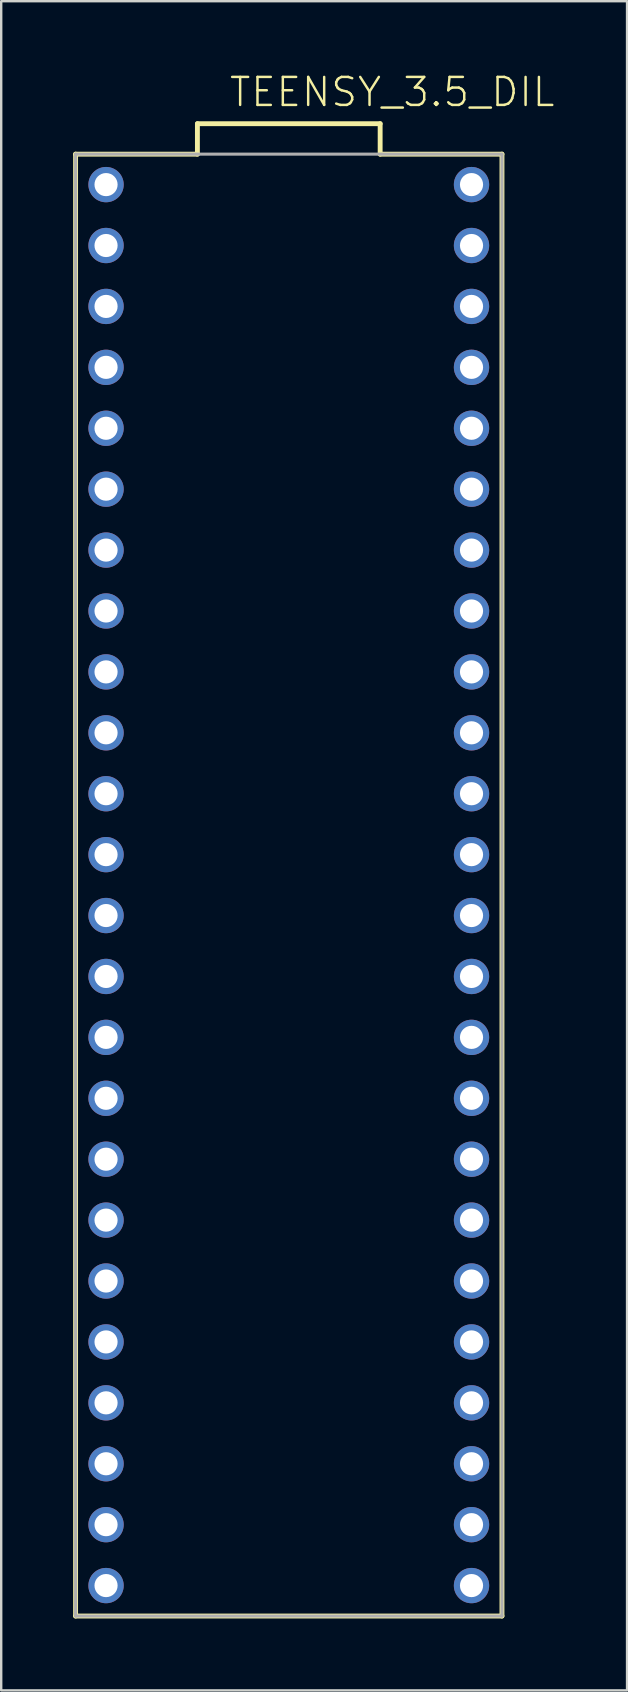
<source format=kicad_pcb>
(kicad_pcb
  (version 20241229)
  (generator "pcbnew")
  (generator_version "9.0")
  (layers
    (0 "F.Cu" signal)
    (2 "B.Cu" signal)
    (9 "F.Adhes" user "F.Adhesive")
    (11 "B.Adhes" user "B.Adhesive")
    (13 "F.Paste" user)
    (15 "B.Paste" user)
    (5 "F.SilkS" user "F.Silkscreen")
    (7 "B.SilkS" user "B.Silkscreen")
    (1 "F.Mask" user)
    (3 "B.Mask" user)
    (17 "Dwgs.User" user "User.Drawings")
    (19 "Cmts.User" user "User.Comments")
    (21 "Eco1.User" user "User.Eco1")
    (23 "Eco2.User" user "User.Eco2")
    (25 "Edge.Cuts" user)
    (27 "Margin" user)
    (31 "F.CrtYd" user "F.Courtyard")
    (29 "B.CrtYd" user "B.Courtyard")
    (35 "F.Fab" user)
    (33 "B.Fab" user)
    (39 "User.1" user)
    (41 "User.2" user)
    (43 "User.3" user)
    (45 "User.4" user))
  (footprint "TEENSY_3.5_DIL"
    (layer "F.Cu")
    (at 8.992 33.858)
    (property "Reference" "TEENSY_3.5_DIL" (at -2.54 -32.385 0) (layer "F.SilkS") (effects (font (size 1.168 1.168) (thickness 0.102)) (justify left bottom)))
    (fp_line (start -8.89 -30.48) (end -3.81 -30.48) (stroke (width 0.203) (type solid)) (layer "F.SilkS"))
    (fp_line (start -8.89 30.48) (end -8.89 -30.48) (stroke (width 0.203) (type solid)) (layer "F.SilkS"))
    (fp_line (start -3.81 -31.75) (end 3.81 -31.75) (stroke (width 0.203) (type solid)) (layer "F.SilkS"))
    (fp_line (start -3.81 -30.48) (end -3.81 -31.75) (stroke (width 0.203) (type solid)) (layer "F.SilkS"))
    (fp_line (start 3.81 -31.75) (end 3.81 -30.48) (stroke (width 0.203) (type solid)) (layer "F.SilkS"))
    (fp_line (start 3.81 -30.48) (end 8.89 -30.48) (stroke (width 0.203) (type solid)) (layer "F.SilkS"))
    (fp_line (start 8.89 -30.48) (end 8.89 30.48) (stroke (width 0.203) (type solid)) (layer "F.SilkS"))
    (fp_line (start 8.89 30.48) (end -8.89 30.48) (stroke (width 0.203) (type solid)) (layer "F.SilkS"))
    (fp_line (start -8.89 -30.48) (end 8.89 -30.48) (stroke (width 0.127) (type solid)) (layer "F.Fab"))
    (fp_line (start -8.89 30.48) (end -8.89 -30.48) (stroke (width 0.127) (type solid)) (layer "F.Fab"))
    (fp_line (start 8.89 -30.48) (end 8.89 30.48) (stroke (width 0.127) (type solid)) (layer "F.Fab"))
    (fp_line (start 8.89 30.48) (end -8.89 30.48) (stroke (width 0.127) (type solid)) (layer "F.Fab"))
    (pad "0" thru_hole circle (at -7.62 -26.67) (size 1.473 1.473) (drill 0.965) (layers "*.Cu" "*.Mask"))
    (pad "1" thru_hole circle (at -7.62 -24.13) (size 1.473 1.473) (drill 0.965) (layers "*.Cu" "*.Mask"))
    (pad "2" thru_hole circle (at -7.62 -21.59) (size 1.473 1.473) (drill 0.965) (layers "*.Cu" "*.Mask"))
    (pad "3" thru_hole circle (at -7.62 -19.05) (size 1.473 1.473) (drill 0.965) (layers "*.Cu" "*.Mask"))
    (pad "3.3V" thru_hole circle (at 7.62 -24.13) (size 1.473 1.473) (drill 0.965) (layers "*.Cu" "*.Mask"))
    (pad "3.3V3" thru_hole circle (at -7.62 6.35) (size 1.473 1.473) (drill 0.965) (layers "*.Cu" "*.Mask"))
    (pad "4" thru_hole circle (at -7.62 -16.51) (size 1.473 1.473) (drill 0.965) (layers "*.Cu" "*.Mask"))
    (pad "5" thru_hole circle (at -7.62 -13.97) (size 1.473 1.473) (drill 0.965) (layers "*.Cu" "*.Mask"))
    (pad "6" thru_hole circle (at -7.62 -11.43) (size 1.473 1.473) (drill 0.965) (layers "*.Cu" "*.Mask"))
    (pad "7" thru_hole circle (at -7.62 -8.89) (size 1.473 1.473) (drill 0.965) (layers "*.Cu" "*.Mask"))
    (pad "8" thru_hole circle (at -7.62 -6.35) (size 1.473 1.473) (drill 0.965) (layers "*.Cu" "*.Mask"))
    (pad "9" thru_hole circle (at -7.62 -3.81) (size 1.473 1.473) (drill 0.965) (layers "*.Cu" "*.Mask"))
    (pad "10" thru_hole circle (at -7.62 -1.27) (size 1.473 1.473) (drill 0.965) (layers "*.Cu" "*.Mask"))
    (pad "11" thru_hole circle (at -7.62 1.27) (size 1.473 1.473) (drill 0.965) (layers "*.Cu" "*.Mask"))
    (pad "12" thru_hole circle (at -7.62 3.81) (size 1.473 1.473) (drill 0.965) (layers "*.Cu" "*.Mask"))
    (pad "13" thru_hole circle (at 7.62 3.81) (size 1.473 1.473) (drill 0.965) (layers "*.Cu" "*.Mask"))
    (pad "14/A0" thru_hole circle (at 7.62 1.27) (size 1.473 1.473) (drill 0.965) (layers "*.Cu" "*.Mask"))
    (pad "15/A1" thru_hole circle (at 7.62 -1.27) (size 1.473 1.473) (drill 0.965) (layers "*.Cu" "*.Mask"))
    (pad "16/A2" thru_hole circle (at 7.62 -3.81) (size 1.473 1.473) (drill 0.965) (layers "*.Cu" "*.Mask"))
    (pad "17/A3" thru_hole circle (at 7.62 -6.35) (size 1.473 1.473) (drill 0.965) (layers "*.Cu" "*.Mask"))
    (pad "18/A4" thru_hole circle (at 7.62 -8.89) (size 1.473 1.473) (drill 0.965) (layers "*.Cu" "*.Mask"))
    (pad "19/A5" thru_hole circle (at 7.62 -11.43) (size 1.473 1.473) (drill 0.965) (layers "*.Cu" "*.Mask"))
    (pad "20/A6" thru_hole circle (at 7.62 -13.97) (size 1.473 1.473) (drill 0.965) (layers "*.Cu" "*.Mask"))
    (pad "21/A7" thru_hole circle (at 7.62 -16.51) (size 1.473 1.473) (drill 0.965) (layers "*.Cu" "*.Mask"))
    (pad "22/A8" thru_hole circle (at 7.62 -19.05) (size 1.473 1.473) (drill 0.965) (layers "*.Cu" "*.Mask"))
    (pad "23/A9" thru_hole circle (at 7.62 -21.59) (size 1.473 1.473) (drill 0.965) (layers "*.Cu" "*.Mask"))
    (pad "24" thru_hole circle (at -7.62 8.89) (size 1.473 1.473) (drill 0.965) (layers "*.Cu" "*.Mask"))
    (pad "25" thru_hole circle (at -7.62 11.43) (size 1.473 1.473) (drill 0.965) (layers "*.Cu" "*.Mask"))
    (pad "26" thru_hole circle (at -7.62 13.97) (size 1.473 1.473) (drill 0.965) (layers "*.Cu" "*.Mask"))
    (pad "27" thru_hole circle (at -7.62 16.51) (size 1.473 1.473) (drill 0.965) (layers "*.Cu" "*.Mask"))
    (pad "28" thru_hole circle (at -7.62 19.05) (size 1.473 1.473) (drill 0.965) (layers "*.Cu" "*.Mask"))
    (pad "29" thru_hole circle (at -7.62 21.59) (size 1.473 1.473) (drill 0.965) (layers "*.Cu" "*.Mask"))
    (pad "30" thru_hole circle (at -7.62 24.13) (size 1.473 1.473) (drill 0.965) (layers "*.Cu" "*.Mask"))
    (pad "31/A12" thru_hole circle (at -7.62 26.67) (size 1.473 1.473) (drill 0.965) (layers "*.Cu" "*.Mask"))
    (pad "32/A13" thru_hole circle (at -7.62 29.21) (size 1.473 1.473) (drill 0.965) (layers "*.Cu" "*.Mask"))
    (pad "33/A14" thru_hole circle (at 7.62 29.21) (size 1.473 1.473) (drill 0.965) (layers "*.Cu" "*.Mask"))
    (pad "34/A15" thru_hole circle (at 7.62 26.67) (size 1.473 1.473) (drill 0.965) (layers "*.Cu" "*.Mask"))
    (pad "35/A16" thru_hole circle (at 7.62 24.13) (size 1.473 1.473) (drill 0.965) (layers "*.Cu" "*.Mask"))
    (pad "36/A17" thru_hole circle (at 7.62 21.59) (size 1.473 1.473) (drill 0.965) (layers "*.Cu" "*.Mask"))
    (pad "37/A18" thru_hole circle (at 7.62 19.05) (size 1.473 1.473) (drill 0.965) (layers "*.Cu" "*.Mask"))
    (pad "38/A19" thru_hole circle (at 7.62 16.51) (size 1.473 1.473) (drill 0.965) (layers "*.Cu" "*.Mask"))
    (pad "39/A20" thru_hole circle (at 7.62 13.97) (size 1.473 1.473) (drill 0.965) (layers "*.Cu" "*.Mask"))
    (pad "A21" thru_hole circle (at 7.62 11.43) (size 1.473 1.473) (drill 0.965) (layers "*.Cu" "*.Mask"))
    (pad "A22" thru_hole circle (at 7.62 8.89) (size 1.473 1.473) (drill 0.965) (layers "*.Cu" "*.Mask"))
    (pad "AGND" thru_hole circle (at 7.62 -26.67) (size 1.473 1.473) (drill 0.965) (layers "*.Cu" "*.Mask"))
    (pad "GND" thru_hole circle (at -7.62 -29.21) (size 1.473 1.473) (drill 0.965) (layers "*.Cu" "*.Mask"))
    (pad "GND1" thru_hole circle (at 7.62 6.35) (size 1.473 1.473) (drill 0.965) (layers "*.Cu" "*.Mask"))
    (pad "VIN" thru_hole circle (at 7.62 -29.21) (size 1.473 1.473) (drill 0.965) (layers "*.Cu" "*.Mask")))
  (gr_rect
    (start -3 -3)
    (end 23.098 67.44)
    (stroke (width 0.1) (type default))
    (fill no)
    (layer "Edge.Cuts")))
</source>
